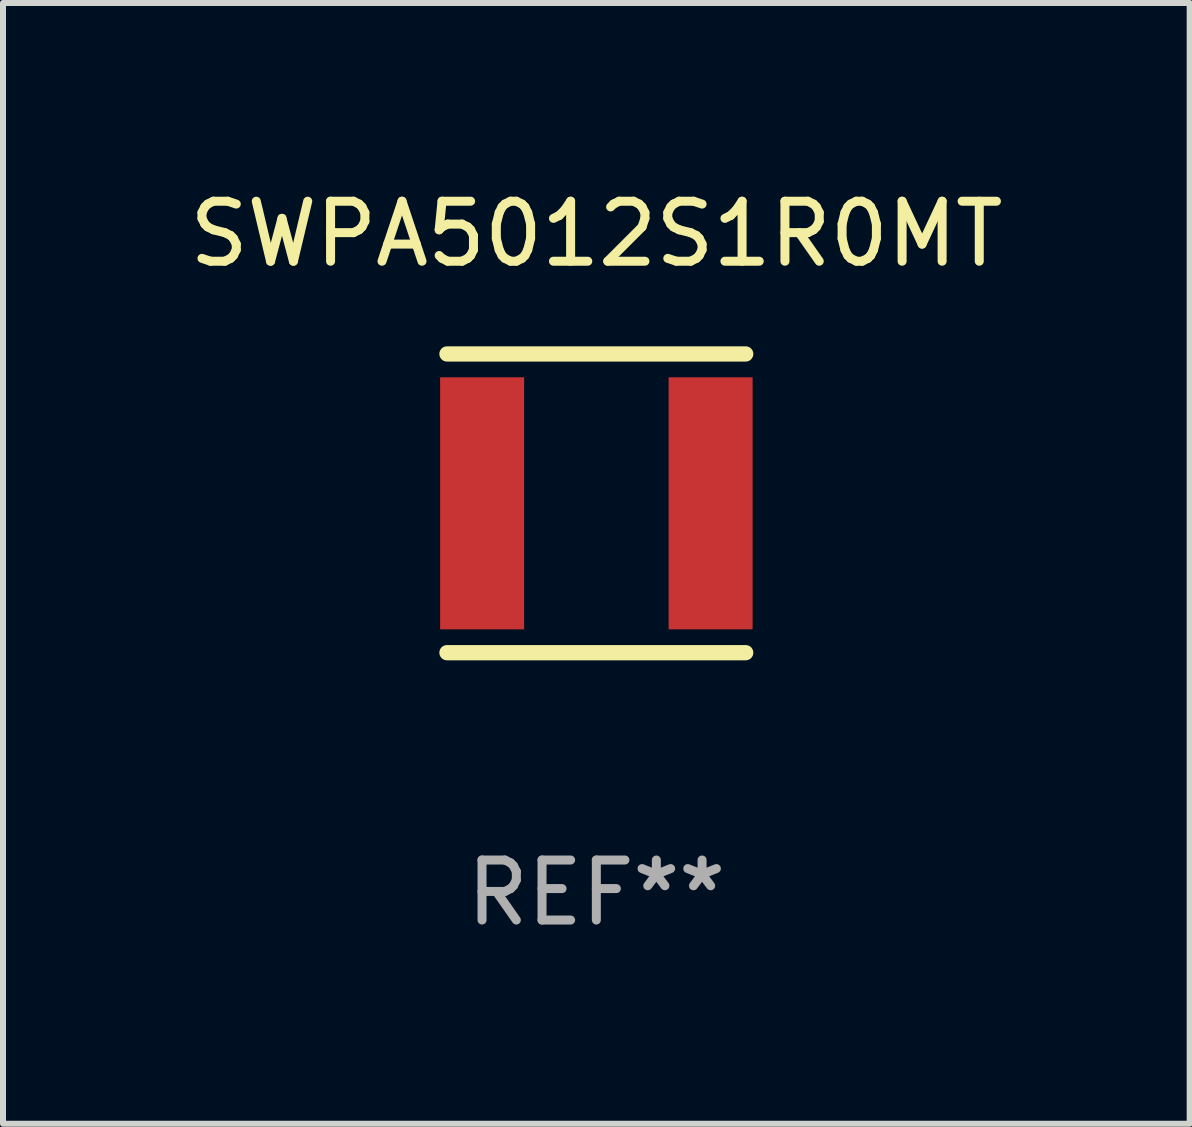
<source format=kicad_pcb>
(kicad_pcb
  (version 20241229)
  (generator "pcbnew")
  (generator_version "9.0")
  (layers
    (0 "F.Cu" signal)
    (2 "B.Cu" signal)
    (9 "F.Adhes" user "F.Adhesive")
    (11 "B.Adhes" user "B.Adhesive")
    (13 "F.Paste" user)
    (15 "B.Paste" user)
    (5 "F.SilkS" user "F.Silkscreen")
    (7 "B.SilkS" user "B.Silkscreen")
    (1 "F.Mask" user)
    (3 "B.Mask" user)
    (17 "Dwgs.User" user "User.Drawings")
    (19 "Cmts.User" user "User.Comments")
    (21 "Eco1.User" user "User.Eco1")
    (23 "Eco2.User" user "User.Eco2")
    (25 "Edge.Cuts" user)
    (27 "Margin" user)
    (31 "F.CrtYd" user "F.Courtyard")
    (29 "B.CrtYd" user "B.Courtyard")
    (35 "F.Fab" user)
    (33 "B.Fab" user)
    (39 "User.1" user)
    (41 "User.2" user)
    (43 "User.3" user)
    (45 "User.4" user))
  (footprint "SWPA5012S1R0MT"
    (layer "F.Cu")
    (at 6.887 5.337)
    (property "Reference" "SWPA5012S1R0MT" (at 0 -4.489 0) (layer "F.SilkS") (effects (font (size 1 1) (thickness 0.15))))
    (attr through_hole)
    (fp_line (start -2.489 -2.489) (end 2.489 -2.489) (stroke (width 0.254) (type solid)) (layer "F.SilkS"))
    (fp_line (start -2.489 2.489) (end 2.489 2.489) (stroke (width 0.254) (type solid)) (layer "F.SilkS"))
    (fp_circle (center -2.499 2.5) (end -2.469 2.5) (stroke (width 0.06) (type solid)) (fill no) (layer "F.SilkS"))
    (fp_text user "REF**" (at 0 6.489 0) (layer "F.Fab") (effects (font (size 1 1) (thickness 0.15))))
    (pad "1" smd rect (at -1.903 -0.000025 270) (size 4.2 1.4) (layers "F.Cu" "F.Mask" "F.Paste"))
    (pad "2" smd rect (at 1.904 -0.000025 270) (size 4.2 1.4) (layers "F.Cu" "F.Mask" "F.Paste")))
  (gr_rect
    (start -3 -3)
    (end 16.774 15.675)
    (stroke (width 0.1) (type default))
    (fill no)
    (layer "Edge.Cuts")))
</source>
